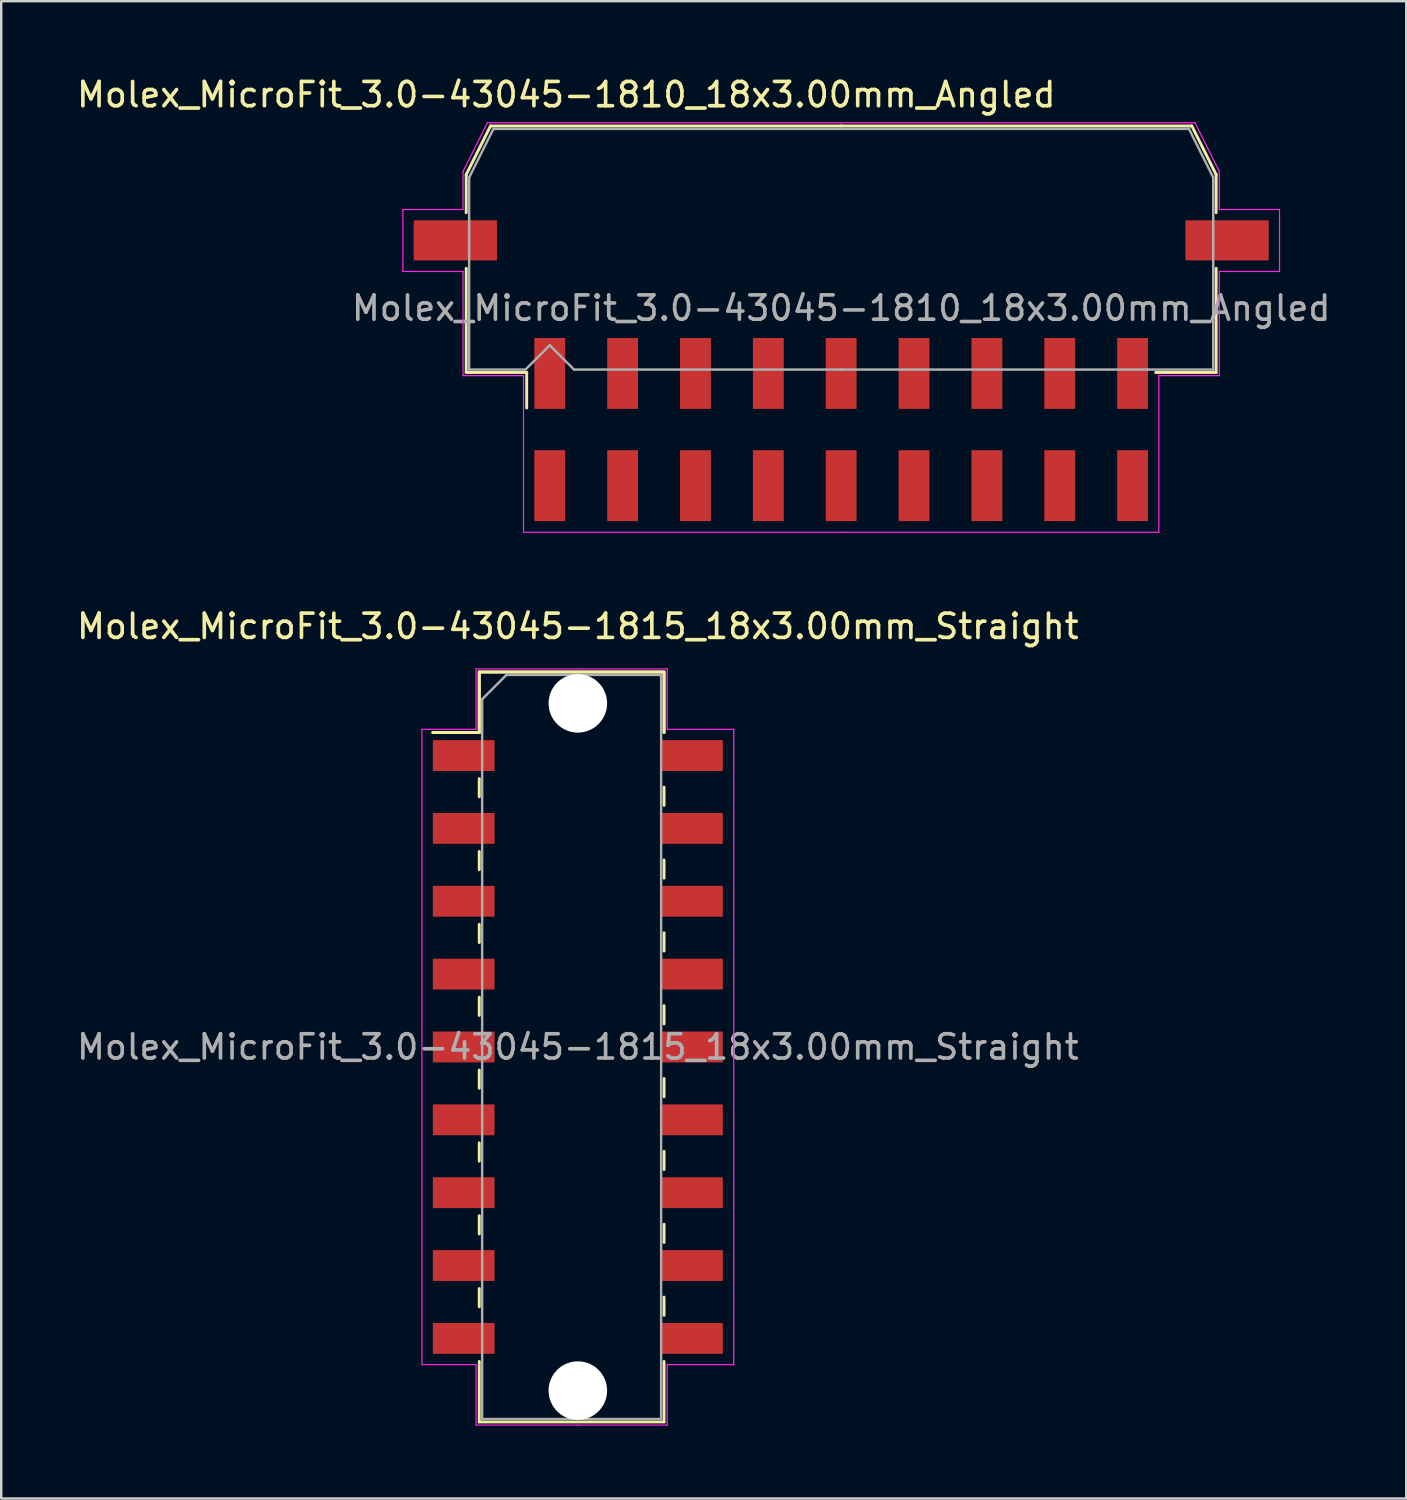
<source format=kicad_pcb>
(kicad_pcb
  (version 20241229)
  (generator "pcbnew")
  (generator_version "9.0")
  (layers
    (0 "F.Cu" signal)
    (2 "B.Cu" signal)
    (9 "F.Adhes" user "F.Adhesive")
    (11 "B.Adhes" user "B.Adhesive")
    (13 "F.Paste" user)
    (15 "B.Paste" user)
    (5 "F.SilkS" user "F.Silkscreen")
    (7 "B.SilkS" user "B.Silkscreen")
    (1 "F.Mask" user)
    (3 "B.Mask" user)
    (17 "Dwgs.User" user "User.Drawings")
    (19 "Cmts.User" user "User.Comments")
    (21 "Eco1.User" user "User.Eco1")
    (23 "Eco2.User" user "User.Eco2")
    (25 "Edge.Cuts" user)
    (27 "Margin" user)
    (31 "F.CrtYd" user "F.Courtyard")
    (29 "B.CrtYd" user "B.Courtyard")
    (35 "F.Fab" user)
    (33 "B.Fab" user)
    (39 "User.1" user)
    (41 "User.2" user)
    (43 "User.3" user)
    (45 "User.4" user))
  (footprint "Molex_MicroFit_3.0-43045-1815_18x3.00mm_Straight"
    (layer "F.Cu")
    (at 20.744 40.062)
    (property "Reference" "Molex_MicroFit_3.0-43045-1815_18x3.00mm_Straight" (at 0 -17.32 0) (layer "F.SilkS") (effects (font (size 1 1) (thickness 0.15))))
    (attr smd)
    (fp_line (start -5.97 -12.95) (end -4.06 -12.95) (stroke (width 0.12) (type solid)) (layer "F.SilkS"))
    (fp_line (start -5.97 -12.95) (end -4.06 -12.95) (stroke (width 0.12) (type solid)) (layer "F.SilkS"))
    (fp_line (start -4.06 -15.44) (end 3.55 -15.44) (stroke (width 0.12) (type solid)) (layer "F.SilkS"))
    (fp_line (start -4.06 -15.44) (end 3.55 -15.44) (stroke (width 0.12) (type solid)) (layer "F.SilkS"))
    (fp_line (start -4.06 -12.95) (end -4.06 -15.44) (stroke (width 0.12) (type solid)) (layer "F.SilkS"))
    (fp_line (start -4.06 -12.95) (end -4.06 -15.44) (stroke (width 0.12) (type solid)) (layer "F.SilkS"))
    (fp_line (start -4.06 -11.05) (end -4.06 -10.3) (stroke (width 0.12) (type solid)) (layer "F.SilkS"))
    (fp_line (start -4.06 -8.05) (end -4.06 -7.3) (stroke (width 0.12) (type solid)) (layer "F.SilkS"))
    (fp_line (start -4.06 -5.05) (end -4.06 -4.3) (stroke (width 0.12) (type solid)) (layer "F.SilkS"))
    (fp_line (start -4.06 -2.05) (end -4.06 -1.3) (stroke (width 0.12) (type solid)) (layer "F.SilkS"))
    (fp_line (start -4.06 0.95) (end -4.06 1.7) (stroke (width 0.12) (type solid)) (layer "F.SilkS"))
    (fp_line (start -4.06 3.95) (end -4.06 4.7) (stroke (width 0.12) (type solid)) (layer "F.SilkS"))
    (fp_line (start -4.06 6.95) (end -4.06 7.7) (stroke (width 0.12) (type solid)) (layer "F.SilkS"))
    (fp_line (start -4.06 9.95) (end -4.06 10.7) (stroke (width 0.12) (type solid)) (layer "F.SilkS"))
    (fp_line (start -4.06 15.44) (end -4.06 12.95) (stroke (width 0.12) (type solid)) (layer "F.SilkS"))
    (fp_line (start 3.55 -15.44) (end 3.55 -12.95) (stroke (width 0.12) (type solid)) (layer "F.SilkS"))
    (fp_line (start 3.55 -15.44) (end 3.55 -12.95) (stroke (width 0.12) (type solid)) (layer "F.SilkS"))
    (fp_line (start 3.55 -9.95) (end 3.55 -10.7) (stroke (width 0.12) (type solid)) (layer "F.SilkS"))
    (fp_line (start 3.55 -6.95) (end 3.55 -7.7) (stroke (width 0.12) (type solid)) (layer "F.SilkS"))
    (fp_line (start 3.55 -3.95) (end 3.55 -4.7) (stroke (width 0.12) (type solid)) (layer "F.SilkS"))
    (fp_line (start 3.55 -0.95) (end 3.55 -1.7) (stroke (width 0.12) (type solid)) (layer "F.SilkS"))
    (fp_line (start 3.55 2.05) (end 3.55 1.3) (stroke (width 0.12) (type solid)) (layer "F.SilkS"))
    (fp_line (start 3.55 5.05) (end 3.55 4.3) (stroke (width 0.12) (type solid)) (layer "F.SilkS"))
    (fp_line (start 3.55 8.05) (end 3.55 7.3) (stroke (width 0.12) (type solid)) (layer "F.SilkS"))
    (fp_line (start 3.55 11.05) (end 3.55 10.3) (stroke (width 0.12) (type solid)) (layer "F.SilkS"))
    (fp_line (start 3.55 12.95) (end 3.55 15.44) (stroke (width 0.12) (type solid)) (layer "F.SilkS"))
    (fp_line (start 3.55 15.44) (end -4.06 15.44) (stroke (width 0.12) (type solid)) (layer "F.SilkS"))
    (fp_line (start -6.42 -13.08) (end -4.19 -13.08) (stroke (width 0.05) (type solid)) (layer "F.CrtYd"))
    (fp_line (start -6.42 13.08) (end -6.42 -13.08) (stroke (width 0.05) (type solid)) (layer "F.CrtYd"))
    (fp_line (start -4.19 -15.57) (end 0 -15.57) (stroke (width 0.05) (type solid)) (layer "F.CrtYd"))
    (fp_line (start -4.19 -13.08) (end -4.19 -15.57) (stroke (width 0.05) (type solid)) (layer "F.CrtYd"))
    (fp_line (start -4.19 13.08) (end -6.42 13.08) (stroke (width 0.05) (type solid)) (layer "F.CrtYd"))
    (fp_line (start -4.19 15.57) (end -4.19 13.08) (stroke (width 0.05) (type solid)) (layer "F.CrtYd"))
    (fp_line (start 0 -15.57) (end 3.68 -15.57) (stroke (width 0.05) (type solid)) (layer "F.CrtYd"))
    (fp_line (start 0 15.57) (end -4.19 15.57) (stroke (width 0.05) (type solid)) (layer "F.CrtYd"))
    (fp_line (start 3.68 -15.57) (end 3.68 -13.08) (stroke (width 0.05) (type solid)) (layer "F.CrtYd"))
    (fp_line (start 3.68 -13.08) (end 6.42 -13.08) (stroke (width 0.05) (type solid)) (layer "F.CrtYd"))
    (fp_line (start 3.68 13.08) (end 3.68 15.57) (stroke (width 0.05) (type solid)) (layer "F.CrtYd"))
    (fp_line (start 3.68 15.57) (end 0 15.57) (stroke (width 0.05) (type solid)) (layer "F.CrtYd"))
    (fp_line (start 6.42 -13.08) (end 6.42 13.08) (stroke (width 0.05) (type solid)) (layer "F.CrtYd"))
    (fp_line (start 6.42 13.08) (end 3.68 13.08) (stroke (width 0.05) (type solid)) (layer "F.CrtYd"))
    (fp_line (start -3.94 -14.32) (end -2.94 -15.32) (stroke (width 0.1) (type solid)) (layer "F.Fab"))
    (fp_line (start -3.94 15.32) (end -3.94 -14.32) (stroke (width 0.1) (type solid)) (layer "F.Fab"))
    (fp_line (start -2.94 -15.32) (end 0 -15.32) (stroke (width 0.1) (type solid)) (layer "F.Fab"))
    (fp_line (start 0 -15.32) (end 3.43 -15.32) (stroke (width 0.1) (type solid)) (layer "F.Fab"))
    (fp_line (start 0 15.32) (end -3.94 15.32) (stroke (width 0.1) (type solid)) (layer "F.Fab"))
    (fp_line (start 3.43 -15.32) (end 3.43 15.32) (stroke (width 0.1) (type solid)) (layer "F.Fab"))
    (fp_line (start 3.43 15.32) (end 0 15.32) (stroke (width 0.1) (type solid)) (layer "F.Fab"))
    (fp_text user "${REFERENCE}" (at 0 0 0) (layer "F.Fab") (effects (font (size 1 1) (thickness 0.15))))
    (pad "" np_thru_hole circle (at 0 -14.15) (size 2.41 2.41) (drill 2.41) (layers "*.Cu"))
    (pad "" np_thru_hole circle (at 0 14.15) (size 2.41 2.41) (drill 2.41) (layers "*.Cu"))
    (pad "1" smd rect (at -4.7 -12) (size 2.54 1.27) (layers "F.Cu" "F.Mask" "F.Paste"))
    (pad "2" smd rect (at -4.7 -9) (size 2.54 1.27) (layers "F.Cu" "F.Mask" "F.Paste"))
    (pad "3" smd rect (at -4.7 -6) (size 2.54 1.27) (layers "F.Cu" "F.Mask" "F.Paste"))
    (pad "4" smd rect (at -4.7 -3) (size 2.54 1.27) (layers "F.Cu" "F.Mask" "F.Paste"))
    (pad "5" smd rect (at -4.7 0) (size 2.54 1.27) (layers "F.Cu" "F.Mask" "F.Paste"))
    (pad "6" smd rect (at -4.7 3) (size 2.54 1.27) (layers "F.Cu" "F.Mask" "F.Paste"))
    (pad "7" smd rect (at -4.7 6) (size 2.54 1.27) (layers "F.Cu" "F.Mask" "F.Paste"))
    (pad "8" smd rect (at -4.7 9) (size 2.54 1.27) (layers "F.Cu" "F.Mask" "F.Paste"))
    (pad "9" smd rect (at -4.7 12) (size 2.54 1.27) (layers "F.Cu" "F.Mask" "F.Paste"))
    (pad "10" smd rect (at 4.7 12) (size 2.54 1.27) (layers "F.Cu" "F.Mask" "F.Paste"))
    (pad "11" smd rect (at 4.7 9) (size 2.54 1.27) (layers "F.Cu" "F.Mask" "F.Paste"))
    (pad "12" smd rect (at 4.7 6) (size 2.54 1.27) (layers "F.Cu" "F.Mask" "F.Paste"))
    (pad "13" smd rect (at 4.7 3) (size 2.54 1.27) (layers "F.Cu" "F.Mask" "F.Paste"))
    (pad "14" smd rect (at 4.7 0) (size 2.54 1.27) (layers "F.Cu" "F.Mask" "F.Paste"))
    (pad "15" smd rect (at 4.7 -3) (size 2.54 1.27) (layers "F.Cu" "F.Mask" "F.Paste"))
    (pad "16" smd rect (at 4.7 -6) (size 2.54 1.27) (layers "F.Cu" "F.Mask" "F.Paste"))
    (pad "17" smd rect (at 4.7 -9) (size 2.54 1.27) (layers "F.Cu" "F.Mask" "F.Paste"))
    (pad "18" smd rect (at 4.7 -12) (size 2.54 1.27) (layers "F.Cu" "F.Mask" "F.Paste")))
  (footprint "Molex_MicroFit_3.0-43045-1810_18x3.00mm_Angled"
    (layer "F.Cu")
    (at 31.588 14.638)
    (property "Reference" "Molex_MicroFit_3.0-43045-1810_18x3.00mm_Angled" (at -11.32 -13.79 0) (layer "F.SilkS") (effects (font (size 1 1) (thickness 0.15))))
    (attr smd)
    (fp_line (start -15.44 -10.5) (end -15.44 -8.93) (stroke (width 0.12) (type solid)) (layer "F.SilkS"))
    (fp_line (start -15.44 -6.64) (end -15.44 -2.35) (stroke (width 0.12) (type solid)) (layer "F.SilkS"))
    (fp_line (start -15.44 -2.35) (end -12.95 -2.35) (stroke (width 0.12) (type solid)) (layer "F.SilkS"))
    (fp_line (start -14.44 -12.5) (end -15.44 -10.5) (stroke (width 0.12) (type solid)) (layer "F.SilkS"))
    (fp_line (start -12.95 -2.35) (end -12.95 -0.89) (stroke (width 0.12) (type solid)) (layer "F.SilkS"))
    (fp_line (start 0 -12.5) (end -14.44 -12.5) (stroke (width 0.12) (type solid)) (layer "F.SilkS"))
    (fp_line (start 0 -12.5) (end 14.44 -12.5) (stroke (width 0.12) (type solid)) (layer "F.SilkS"))
    (fp_line (start 14.44 -12.5) (end 15.44 -10.5) (stroke (width 0.12) (type solid)) (layer "F.SilkS"))
    (fp_line (start 15.44 -10.5) (end 15.44 -8.93) (stroke (width 0.12) (type solid)) (layer "F.SilkS"))
    (fp_line (start 15.44 -6.64) (end 15.44 -2.35) (stroke (width 0.12) (type solid)) (layer "F.SilkS"))
    (fp_line (start 15.44 -2.35) (end 12.95 -2.35) (stroke (width 0.12) (type solid)) (layer "F.SilkS"))
    (fp_line (start -18.05 -9.06) (end -18.05 -6.51) (stroke (width 0.05) (type solid)) (layer "F.CrtYd"))
    (fp_line (start -18.05 -6.51) (end -15.57 -6.51) (stroke (width 0.05) (type solid)) (layer "F.CrtYd"))
    (fp_line (start -15.57 -10.63) (end -15.57 -9.06) (stroke (width 0.05) (type solid)) (layer "F.CrtYd"))
    (fp_line (start -15.57 -9.06) (end -18.05 -9.06) (stroke (width 0.05) (type solid)) (layer "F.CrtYd"))
    (fp_line (start -15.57 -6.51) (end -15.57 -2.22) (stroke (width 0.05) (type solid)) (layer "F.CrtYd"))
    (fp_line (start -15.57 -2.22) (end -13.08 -2.22) (stroke (width 0.05) (type solid)) (layer "F.CrtYd"))
    (fp_line (start -14.57 -12.63) (end -15.57 -10.63) (stroke (width 0.05) (type solid)) (layer "F.CrtYd"))
    (fp_line (start -13.08 -2.22) (end -13.08 4.23) (stroke (width 0.05) (type solid)) (layer "F.CrtYd"))
    (fp_line (start -13.08 4.23) (end 0 4.23) (stroke (width 0.05) (type solid)) (layer "F.CrtYd"))
    (fp_line (start 0 -12.63) (end -14.57 -12.63) (stroke (width 0.05) (type solid)) (layer "F.CrtYd"))
    (fp_line (start 0 -12.63) (end 14.57 -12.63) (stroke (width 0.05) (type solid)) (layer "F.CrtYd"))
    (fp_line (start 13.08 -2.22) (end 13.08 4.23) (stroke (width 0.05) (type solid)) (layer "F.CrtYd"))
    (fp_line (start 13.08 4.23) (end 0 4.23) (stroke (width 0.05) (type solid)) (layer "F.CrtYd"))
    (fp_line (start 14.57 -12.63) (end 15.57 -10.63) (stroke (width 0.05) (type solid)) (layer "F.CrtYd"))
    (fp_line (start 15.57 -10.63) (end 15.57 -9.06) (stroke (width 0.05) (type solid)) (layer "F.CrtYd"))
    (fp_line (start 15.57 -9.06) (end 18.05 -9.06) (stroke (width 0.05) (type solid)) (layer "F.CrtYd"))
    (fp_line (start 15.57 -6.51) (end 15.57 -2.22) (stroke (width 0.05) (type solid)) (layer "F.CrtYd"))
    (fp_line (start 15.57 -2.22) (end 13.08 -2.22) (stroke (width 0.05) (type solid)) (layer "F.CrtYd"))
    (fp_line (start 18.05 -9.06) (end 18.05 -6.51) (stroke (width 0.05) (type solid)) (layer "F.CrtYd"))
    (fp_line (start 18.05 -6.51) (end 15.57 -6.51) (stroke (width 0.05) (type solid)) (layer "F.CrtYd"))
    (fp_line (start -15.32 -10.38) (end -15.32 -8.61) (stroke (width 0.1) (type solid)) (layer "F.Fab"))
    (fp_line (start -15.32 -8.61) (end -15.32 -2.47) (stroke (width 0.1) (type solid)) (layer "F.Fab"))
    (fp_line (start -15.32 -2.47) (end -13 -2.47) (stroke (width 0.1) (type solid)) (layer "F.Fab"))
    (fp_line (start -14.32 -12.38) (end -15.32 -10.38) (stroke (width 0.1) (type solid)) (layer "F.Fab"))
    (fp_line (start -13 -2.47) (end -12 -3.47) (stroke (width 0.1) (type solid)) (layer "F.Fab"))
    (fp_line (start -12 -3.47) (end -11 -2.47) (stroke (width 0.1) (type solid)) (layer "F.Fab"))
    (fp_line (start -11 -2.47) (end 0 -2.47) (stroke (width 0.1) (type solid)) (layer "F.Fab"))
    (fp_line (start 0 -12.38) (end -14.32 -12.38) (stroke (width 0.1) (type solid)) (layer "F.Fab"))
    (fp_line (start 0 -12.38) (end 14.32 -12.38) (stroke (width 0.1) (type solid)) (layer "F.Fab"))
    (fp_line (start 12.63 -2.47) (end 0 -2.47) (stroke (width 0.1) (type solid)) (layer "F.Fab"))
    (fp_line (start 14.32 -12.38) (end 15.32 -10.38) (stroke (width 0.1) (type solid)) (layer "F.Fab"))
    (fp_line (start 15.32 -10.38) (end 15.32 -8.61) (stroke (width 0.1) (type solid)) (layer "F.Fab"))
    (fp_line (start 15.32 -8.61) (end 15.32 -2.47) (stroke (width 0.1) (type solid)) (layer "F.Fab"))
    (fp_line (start 15.32 -2.47) (end 12.63 -2.47) (stroke (width 0.1) (type solid)) (layer "F.Fab"))
    (fp_text user "${REFERENCE}" (at 0 -5 0) (layer "F.Fab") (effects (font (size 1 1) (thickness 0.15))))
    (pad "" smd rect (at -15.89 -7.79) (size 3.43 1.65) (layers "F.Cu" "F.Mask" "F.Paste"))
    (pad "" smd rect (at 15.89 -7.79) (size 3.43 1.65) (layers "F.Cu" "F.Mask" "F.Paste"))
    (pad "1" smd rect (at -12 -2.31) (size 1.27 2.92) (layers "F.Cu" "F.Mask" "F.Paste"))
    (pad "2" smd rect (at -9 -2.31) (size 1.27 2.92) (layers "F.Cu" "F.Mask" "F.Paste"))
    (pad "3" smd rect (at -6 -2.31) (size 1.27 2.92) (layers "F.Cu" "F.Mask" "F.Paste"))
    (pad "4" smd rect (at -3 -2.31) (size 1.27 2.92) (layers "F.Cu" "F.Mask" "F.Paste"))
    (pad "5" smd rect (at 0 -2.31) (size 1.27 2.92) (layers "F.Cu" "F.Mask" "F.Paste"))
    (pad "6" smd rect (at 3 -2.31) (size 1.27 2.92) (layers "F.Cu" "F.Mask" "F.Paste"))
    (pad "7" smd rect (at 6 -2.31) (size 1.27 2.92) (layers "F.Cu" "F.Mask" "F.Paste"))
    (pad "8" smd rect (at 9 -2.31) (size 1.27 2.92) (layers "F.Cu" "F.Mask" "F.Paste"))
    (pad "9" smd rect (at 12 -2.31) (size 1.27 2.92) (layers "F.Cu" "F.Mask" "F.Paste"))
    (pad "10" smd rect (at 12 2.31) (size 1.27 2.92) (layers "F.Cu" "F.Mask" "F.Paste"))
    (pad "11" smd rect (at 9 2.31) (size 1.27 2.92) (layers "F.Cu" "F.Mask" "F.Paste"))
    (pad "12" smd rect (at 6 2.31) (size 1.27 2.92) (layers "F.Cu" "F.Mask" "F.Paste"))
    (pad "13" smd rect (at 3 2.31) (size 1.27 2.92) (layers "F.Cu" "F.Mask" "F.Paste"))
    (pad "14" smd rect (at 0 2.31) (size 1.27 2.92) (layers "F.Cu" "F.Mask" "F.Paste"))
    (pad "15" smd rect (at -3 2.31) (size 1.27 2.92) (layers "F.Cu" "F.Mask" "F.Paste"))
    (pad "16" smd rect (at -6 2.31) (size 1.27 2.92) (layers "F.Cu" "F.Mask" "F.Paste"))
    (pad "17" smd rect (at -9 2.31) (size 1.27 2.92) (layers "F.Cu" "F.Mask" "F.Paste"))
    (pad "18" smd rect (at -12 2.31) (size 1.27 2.92) (layers "F.Cu" "F.Mask" "F.Paste")))
  (gr_rect
    (start -3 -3)
    (end 54.856 58.657)
    (stroke (width 0.1) (type default))
    (fill no)
    (layer "Edge.Cuts")))
</source>
